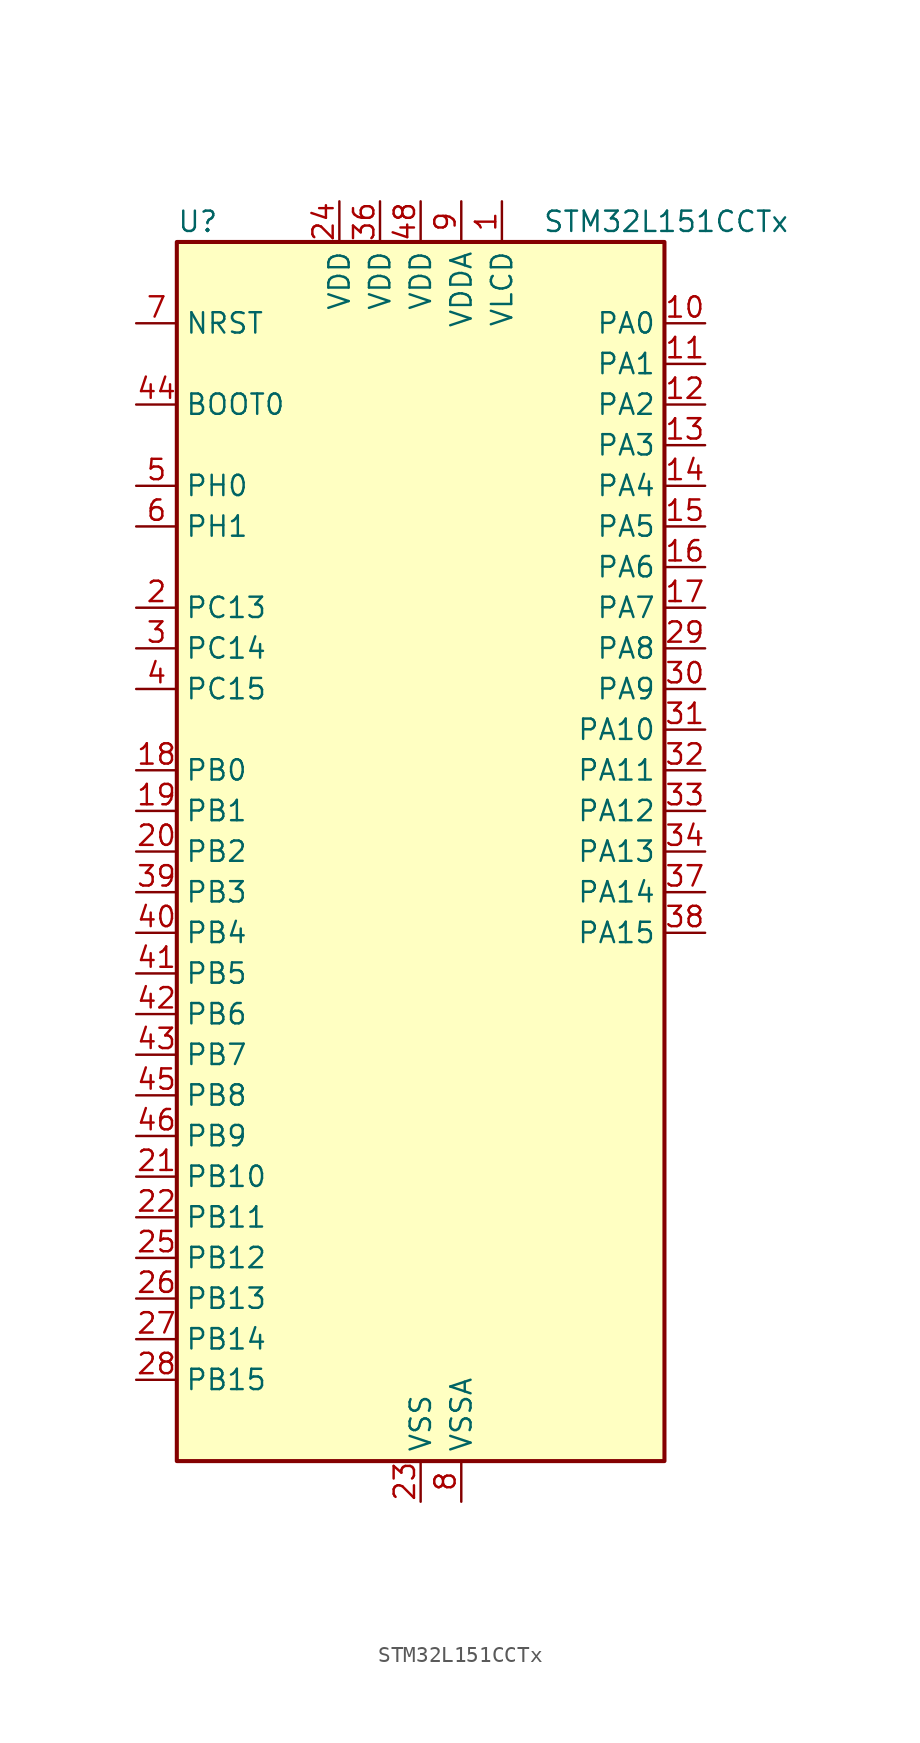
<source format=kicad_sym>
(kicad_symbol_lib
  (version 20241209)
  (generator "kicad_symbol_editor")
  (generator_version "9.0")
  (symbol "STM32L151CCTx"
    (property "Reference" "U"
      (at -15.24 39.37 0)
      (effects (font (size 1.27 1.27)) (justify left)))
    (property "Value" "STM32L151CCTx"
      (at 7.62 39.37 0)
      (effects (font (size 1.27 1.27)) (justify left)))
    (symbol "STM32L151CCTx_0_1"
      (rectangle (start -15.24 -38.1) (end 15.24 38.1) (stroke (width 0.254) (type default)) (fill (type background))))
    (symbol "STM32L151CCTx_1_1"
      (pin input line (at -17.78 33.02 0) (length 2.54) (name "NRST" (effects (font (size 1.27 1.27)))) (number "7" (effects (font (size 1.27 1.27)))))
      (pin input line (at -17.78 27.94 0) (length 2.54) (name "BOOT0" (effects (font (size 1.27 1.27)))) (number "44" (effects (font (size 1.27 1.27)))))
      (pin bidirectional line (at -17.78 22.86 0) (length 2.54) (name "PH0" (effects (font (size 1.27 1.27)))) (number "5" (effects (font (size 1.27 1.27)))) (alternate "RCC_OSC_IN" bidirectional line))
      (pin bidirectional line (at -17.78 20.32 0) (length 2.54) (name "PH1" (effects (font (size 1.27 1.27)))) (number "6" (effects (font (size 1.27 1.27)))) (alternate "RCC_OSC_OUT" bidirectional line))
      (pin bidirectional line (at -17.78 15.24 0) (length 2.54) (name "PC13" (effects (font (size 1.27 1.27)))) (number "2" (effects (font (size 1.27 1.27)))) (alternate "RTC_OUT_ALARM" bidirectional line) (alternate "RTC_OUT_CALIB" bidirectional line) (alternate "RTC_TAMP1" bidirectional line) (alternate "RTC_TS" bidirectional line) (alternate "SYS_WKUP2" bidirectional line) (alternate "TIMX_IC2" bidirectional line))
      (pin bidirectional line (at -17.78 12.7 0) (length 2.54) (name "PC14" (effects (font (size 1.27 1.27)))) (number "3" (effects (font (size 1.27 1.27)))) (alternate "RCC_OSC32_IN" bidirectional line) (alternate "TIMX_IC3" bidirectional line))
      (pin bidirectional line (at -17.78 10.16 0) (length 2.54) (name "PC15" (effects (font (size 1.27 1.27)))) (number "4" (effects (font (size 1.27 1.27)))) (alternate "ADC_EXTI15" bidirectional line) (alternate "RCC_OSC32_OUT" bidirectional line) (alternate "TIMX_IC4" bidirectional line))
      (pin bidirectional line (at -17.78 5.08 0) (length 2.54) (name "PB0" (effects (font (size 1.27 1.27)))) (number "18" (effects (font (size 1.27 1.27)))) (alternate "ADC_IN8" bidirectional line) (alternate "COMP1_INP" bidirectional line) (alternate "OPAMP2_VOUT" bidirectional line) (alternate "SYS_V_REF_OUT" bidirectional line) (alternate "TIM3_CH3" bidirectional line) (alternate "TS_G3_IO1" bidirectional line))
      (pin bidirectional line (at -17.78 2.54 0) (length 2.54) (name "PB1" (effects (font (size 1.27 1.27)))) (number "19" (effects (font (size 1.27 1.27)))) (alternate "ADC_IN9" bidirectional line) (alternate "COMP1_INP" bidirectional line) (alternate "SYS_V_REF_OUT" bidirectional line) (alternate "TIM3_CH4" bidirectional line) (alternate "TS_G3_IO2" bidirectional line))
      (pin bidirectional line (at -17.78 0 0) (length 2.54) (name "PB2" (effects (font (size 1.27 1.27)))) (number "20" (effects (font (size 1.27 1.27)))) (alternate "TS_G3_IO3" bidirectional line))
      (pin bidirectional line (at -17.78 -2.54 0) (length 2.54) (name "PB3" (effects (font (size 1.27 1.27)))) (number "39" (effects (font (size 1.27 1.27)))) (alternate "COMP2_INM" bidirectional line) (alternate "I2S3_CK" bidirectional line) (alternate "SPI1_SCK" bidirectional line) (alternate "SPI3_SCK" bidirectional line) (alternate "SYS_JTDO-TRACESWO" bidirectional line) (alternate "TIM2_CH2" bidirectional line))
      (pin bidirectional line (at -17.78 -5.08 0) (length 2.54) (name "PB4" (effects (font (size 1.27 1.27)))) (number "40" (effects (font (size 1.27 1.27)))) (alternate "COMP2_INP" bidirectional line) (alternate "SPI1_MISO" bidirectional line) (alternate "SPI3_MISO" bidirectional line) (alternate "SYS_JTRST" bidirectional line) (alternate "TIM3_CH1" bidirectional line) (alternate "TS_G6_IO1" bidirectional line))
      (pin bidirectional line (at -17.78 -7.62 0) (length 2.54) (name "PB5" (effects (font (size 1.27 1.27)))) (number "41" (effects (font (size 1.27 1.27)))) (alternate "COMP2_INP" bidirectional line) (alternate "I2C1_SMBA" bidirectional line) (alternate "I2S3_SD" bidirectional line) (alternate "SPI1_MOSI" bidirectional line) (alternate "SPI3_MOSI" bidirectional line) (alternate "TIM3_CH2" bidirectional line) (alternate "TS_G6_IO2" bidirectional line))
      (pin bidirectional line (at -17.78 -10.16 0) (length 2.54) (name "PB6" (effects (font (size 1.27 1.27)))) (number "42" (effects (font (size 1.27 1.27)))) (alternate "COMP2_INP" bidirectional line) (alternate "I2C1_SCL" bidirectional line) (alternate "TIM4_CH1" bidirectional line) (alternate "TS_G6_IO3" bidirectional line) (alternate "USART1_TX" bidirectional line))
      (pin bidirectional line (at -17.78 -12.7 0) (length 2.54) (name "PB7" (effects (font (size 1.27 1.27)))) (number "43" (effects (font (size 1.27 1.27)))) (alternate "COMP2_INP" bidirectional line) (alternate "I2C1_SDA" bidirectional line) (alternate "SYS_PVD_IN" bidirectional line) (alternate "TIM4_CH2" bidirectional line) (alternate "TS_G6_IO4" bidirectional line) (alternate "USART1_RX" bidirectional line))
      (pin bidirectional line (at -17.78 -15.24 0) (length 2.54) (name "PB8" (effects (font (size 1.27 1.27)))) (number "45" (effects (font (size 1.27 1.27)))) (alternate "I2C1_SCL" bidirectional line) (alternate "TIM10_CH1" bidirectional line) (alternate "TIM4_CH3" bidirectional line))
      (pin bidirectional line (at -17.78 -17.78 0) (length 2.54) (name "PB9" (effects (font (size 1.27 1.27)))) (number "46" (effects (font (size 1.27 1.27)))) (alternate "DAC_EXTI9" bidirectional line) (alternate "I2C1_SDA" bidirectional line) (alternate "TIM11_CH1" bidirectional line) (alternate "TIM4_CH4" bidirectional line))
      (pin bidirectional line (at -17.78 -20.32 0) (length 2.54) (name "PB10" (effects (font (size 1.27 1.27)))) (number "21" (effects (font (size 1.27 1.27)))) (alternate "I2C2_SCL" bidirectional line) (alternate "TIM2_CH3" bidirectional line) (alternate "USART3_TX" bidirectional line))
      (pin bidirectional line (at -17.78 -22.86 0) (length 2.54) (name "PB11" (effects (font (size 1.27 1.27)))) (number "22" (effects (font (size 1.27 1.27)))) (alternate "ADC_EXTI11" bidirectional line) (alternate "I2C2_SDA" bidirectional line) (alternate "TIM2_CH4" bidirectional line) (alternate "USART3_RX" bidirectional line))
      (pin bidirectional line (at -17.78 -25.4 0) (length 2.54) (name "PB12" (effects (font (size 1.27 1.27)))) (number "25" (effects (font (size 1.27 1.27)))) (alternate "ADC_IN18" bidirectional line) (alternate "COMP1_INP" bidirectional line) (alternate "I2C2_SMBA" bidirectional line) (alternate "I2S2_WS" bidirectional line) (alternate "SPI2_NSS" bidirectional line) (alternate "TIM10_CH1" bidirectional line) (alternate "TS_G7_IO1" bidirectional line) (alternate "USART3_CK" bidirectional line))
      (pin bidirectional line (at -17.78 -27.94 0) (length 2.54) (name "PB13" (effects (font (size 1.27 1.27)))) (number "26" (effects (font (size 1.27 1.27)))) (alternate "ADC_IN19" bidirectional line) (alternate "COMP1_INP" bidirectional line) (alternate "I2S2_CK" bidirectional line) (alternate "SPI2_SCK" bidirectional line) (alternate "TIM9_CH1" bidirectional line) (alternate "TS_G7_IO2" bidirectional line) (alternate "USART3_CTS" bidirectional line))
      (pin bidirectional line (at -17.78 -30.48 0) (length 2.54) (name "PB14" (effects (font (size 1.27 1.27)))) (number "27" (effects (font (size 1.27 1.27)))) (alternate "ADC_IN20" bidirectional line) (alternate "COMP1_INP" bidirectional line) (alternate "SPI2_MISO" bidirectional line) (alternate "TIM9_CH2" bidirectional line) (alternate "TS_G7_IO3" bidirectional line) (alternate "USART3_RTS" bidirectional line))
      (pin bidirectional line (at -17.78 -33.02 0) (length 2.54) (name "PB15" (effects (font (size 1.27 1.27)))) (number "28" (effects (font (size 1.27 1.27)))) (alternate "ADC_EXTI15" bidirectional line) (alternate "ADC_IN21" bidirectional line) (alternate "COMP1_INP" bidirectional line) (alternate "I2S2_SD" bidirectional line) (alternate "RTC_REFIN" bidirectional line) (alternate "SPI2_MOSI" bidirectional line) (alternate "TIM11_CH1" bidirectional line) (alternate "TS_G7_IO4" bidirectional line))
      (pin power_in line (at -5.08 40.64 270) (length 2.54) (name "VDD" (effects (font (size 1.27 1.27)))) (number "24" (effects (font (size 1.27 1.27)))))
      (pin power_in line (at -2.54 40.64 270) (length 2.54) (name "VDD" (effects (font (size 1.27 1.27)))) (number "36" (effects (font (size 1.27 1.27)))))
      (pin power_in line (at 0 40.64 270) (length 2.54) (name "VDD" (effects (font (size 1.27 1.27)))) (number "48" (effects (font (size 1.27 1.27)))))
      (pin power_in line (at 0 -40.64 90) (length 2.54) (name "VSS" (effects (font (size 1.27 1.27)))) (number "23" (effects (font (size 1.27 1.27)))))
      (pin passive line (at 0 -40.64 90) (length 2.54) (hide yes) (name "VSS" (effects (font (size 1.27 1.27)))) (number "35" (effects (font (size 1.27 1.27)))))
      (pin passive line (at 0 -40.64 90) (length 2.54) (hide yes) (name "VSS" (effects (font (size 1.27 1.27)))) (number "47" (effects (font (size 1.27 1.27)))))
      (pin power_in line (at 2.54 40.64 270) (length 2.54) (name "VDDA" (effects (font (size 1.27 1.27)))) (number "9" (effects (font (size 1.27 1.27)))))
      (pin power_in line (at 2.54 -40.64 90) (length 2.54) (name "VSSA" (effects (font (size 1.27 1.27)))) (number "8" (effects (font (size 1.27 1.27)))))
      (pin power_in line (at 5.08 40.64 270) (length 2.54) (name "VLCD" (effects (font (size 1.27 1.27)))) (number "1" (effects (font (size 1.27 1.27)))))
      (pin bidirectional line (at 17.78 33.02 180) (length 2.54) (name "PA0" (effects (font (size 1.27 1.27)))) (number "10" (effects (font (size 1.27 1.27)))) (alternate "ADC_IN0" bidirectional line) (alternate "COMP1_INP" bidirectional line) (alternate "RTC_TAMP2" bidirectional line) (alternate "SYS_WKUP1" bidirectional line) (alternate "TIM2_CH1" bidirectional line) (alternate "TIM2_ETR" bidirectional line) (alternate "TIM5_CH1" bidirectional line) (alternate "TIMX_IC1" bidirectional line) (alternate "TS_G1_IO1" bidirectional line) (alternate "USART2_CTS" bidirectional line))
      (pin bidirectional line (at 17.78 30.48 180) (length 2.54) (name "PA1" (effects (font (size 1.27 1.27)))) (number "11" (effects (font (size 1.27 1.27)))) (alternate "ADC_IN1" bidirectional line) (alternate "COMP1_INP" bidirectional line) (alternate "OPAMP1_VINP" bidirectional line) (alternate "TIM2_CH2" bidirectional line) (alternate "TIM5_CH2" bidirectional line) (alternate "TIMX_IC2" bidirectional line) (alternate "TS_G1_IO2" bidirectional line) (alternate "USART2_RTS" bidirectional line))
      (pin bidirectional line (at 17.78 27.94 180) (length 2.54) (name "PA2" (effects (font (size 1.27 1.27)))) (number "12" (effects (font (size 1.27 1.27)))) (alternate "ADC_IN2" bidirectional line) (alternate "COMP1_INP" bidirectional line) (alternate "OPAMP1_VINM" bidirectional line) (alternate "TIM2_CH3" bidirectional line) (alternate "TIM5_CH3" bidirectional line) (alternate "TIM9_CH1" bidirectional line) (alternate "TIMX_IC3" bidirectional line) (alternate "TS_G1_IO3" bidirectional line) (alternate "USART2_TX" bidirectional line))
      (pin bidirectional line (at 17.78 25.4 180) (length 2.54) (name "PA3" (effects (font (size 1.27 1.27)))) (number "13" (effects (font (size 1.27 1.27)))) (alternate "ADC_IN3" bidirectional line) (alternate "COMP1_INP" bidirectional line) (alternate "OPAMP1_VOUT" bidirectional line) (alternate "TIM2_CH4" bidirectional line) (alternate "TIM5_CH4" bidirectional line) (alternate "TIM9_CH2" bidirectional line) (alternate "TIMX_IC4" bidirectional line) (alternate "TS_G1_IO4" bidirectional line) (alternate "USART2_RX" bidirectional line))
      (pin bidirectional line (at 17.78 22.86 180) (length 2.54) (name "PA4" (effects (font (size 1.27 1.27)))) (number "14" (effects (font (size 1.27 1.27)))) (alternate "ADC_IN4" bidirectional line) (alternate "COMP1_INP" bidirectional line) (alternate "DAC_OUT1" bidirectional line) (alternate "I2S3_WS" bidirectional line) (alternate "SPI1_NSS" bidirectional line) (alternate "SPI3_NSS" bidirectional line) (alternate "TIMX_IC1" bidirectional line) (alternate "USART2_CK" bidirectional line))
      (pin bidirectional line (at 17.78 20.32 180) (length 2.54) (name "PA5" (effects (font (size 1.27 1.27)))) (number "15" (effects (font (size 1.27 1.27)))) (alternate "ADC_IN5" bidirectional line) (alternate "COMP1_INP" bidirectional line) (alternate "DAC_OUT2" bidirectional line) (alternate "SPI1_SCK" bidirectional line) (alternate "TIM2_CH1" bidirectional line) (alternate "TIM2_ETR" bidirectional line) (alternate "TIMX_IC2" bidirectional line))
      (pin bidirectional line (at 17.78 17.78 180) (length 2.54) (name "PA6" (effects (font (size 1.27 1.27)))) (number "16" (effects (font (size 1.27 1.27)))) (alternate "ADC_IN6" bidirectional line) (alternate "COMP1_INP" bidirectional line) (alternate "OPAMP2_VINP" bidirectional line) (alternate "SPI1_MISO" bidirectional line) (alternate "TIM10_CH1" bidirectional line) (alternate "TIM3_CH1" bidirectional line) (alternate "TIMX_IC3" bidirectional line) (alternate "TS_G2_IO1" bidirectional line))
      (pin bidirectional line (at 17.78 15.24 180) (length 2.54) (name "PA7" (effects (font (size 1.27 1.27)))) (number "17" (effects (font (size 1.27 1.27)))) (alternate "ADC_IN7" bidirectional line) (alternate "COMP1_INP" bidirectional line) (alternate "OPAMP2_VINM" bidirectional line) (alternate "SPI1_MOSI" bidirectional line) (alternate "TIM11_CH1" bidirectional line) (alternate "TIM3_CH2" bidirectional line) (alternate "TIMX_IC4" bidirectional line) (alternate "TS_G2_IO2" bidirectional line))
      (pin bidirectional line (at 17.78 12.7 180) (length 2.54) (name "PA8" (effects (font (size 1.27 1.27)))) (number "29" (effects (font (size 1.27 1.27)))) (alternate "RCC_MCO" bidirectional line) (alternate "TIMX_IC1" bidirectional line) (alternate "TS_G4_IO1" bidirectional line) (alternate "USART1_CK" bidirectional line))
      (pin bidirectional line (at 17.78 10.16 180) (length 2.54) (name "PA9" (effects (font (size 1.27 1.27)))) (number "30" (effects (font (size 1.27 1.27)))) (alternate "DAC_EXTI9" bidirectional line) (alternate "TIMX_IC2" bidirectional line) (alternate "TS_G4_IO2" bidirectional line) (alternate "USART1_TX" bidirectional line))
      (pin bidirectional line (at 17.78 7.62 180) (length 2.54) (name "PA10" (effects (font (size 1.27 1.27)))) (number "31" (effects (font (size 1.27 1.27)))) (alternate "TIMX_IC3" bidirectional line) (alternate "TS_G4_IO3" bidirectional line) (alternate "USART1_RX" bidirectional line))
      (pin bidirectional line (at 17.78 5.08 180) (length 2.54) (name "PA11" (effects (font (size 1.27 1.27)))) (number "32" (effects (font (size 1.27 1.27)))) (alternate "ADC_EXTI11" bidirectional line) (alternate "SPI1_MISO" bidirectional line) (alternate "TIMX_IC4" bidirectional line) (alternate "USART1_CTS" bidirectional line) (alternate "USB_DM" bidirectional line))
      (pin bidirectional line (at 17.78 2.54 180) (length 2.54) (name "PA12" (effects (font (size 1.27 1.27)))) (number "33" (effects (font (size 1.27 1.27)))) (alternate "SPI1_MOSI" bidirectional line) (alternate "TIMX_IC1" bidirectional line) (alternate "USART1_RTS" bidirectional line) (alternate "USB_DP" bidirectional line))
      (pin bidirectional line (at 17.78 0 180) (length 2.54) (name "PA13" (effects (font (size 1.27 1.27)))) (number "34" (effects (font (size 1.27 1.27)))) (alternate "SYS_JTMS-SWDIO" bidirectional line) (alternate "TIMX_IC2" bidirectional line) (alternate "TS_G5_IO1" bidirectional line))
      (pin bidirectional line (at 17.78 -2.54 180) (length 2.54) (name "PA14" (effects (font (size 1.27 1.27)))) (number "37" (effects (font (size 1.27 1.27)))) (alternate "SYS_JTCK-SWCLK" bidirectional line) (alternate "TIMX_IC3" bidirectional line) (alternate "TS_G5_IO2" bidirectional line))
      (pin bidirectional line (at 17.78 -5.08 180) (length 2.54) (name "PA15" (effects (font (size 1.27 1.27)))) (number "38" (effects (font (size 1.27 1.27)))) (alternate "ADC_EXTI15" bidirectional line) (alternate "I2S3_WS" bidirectional line) (alternate "SPI1_NSS" bidirectional line) (alternate "SPI3_NSS" bidirectional line) (alternate "SYS_JTDI" bidirectional line) (alternate "TIM2_CH1" bidirectional line) (alternate "TIM2_ETR" bidirectional line) (alternate "TIMX_IC4" bidirectional line) (alternate "TS_G5_IO3" bidirectional line)))))
</source>
